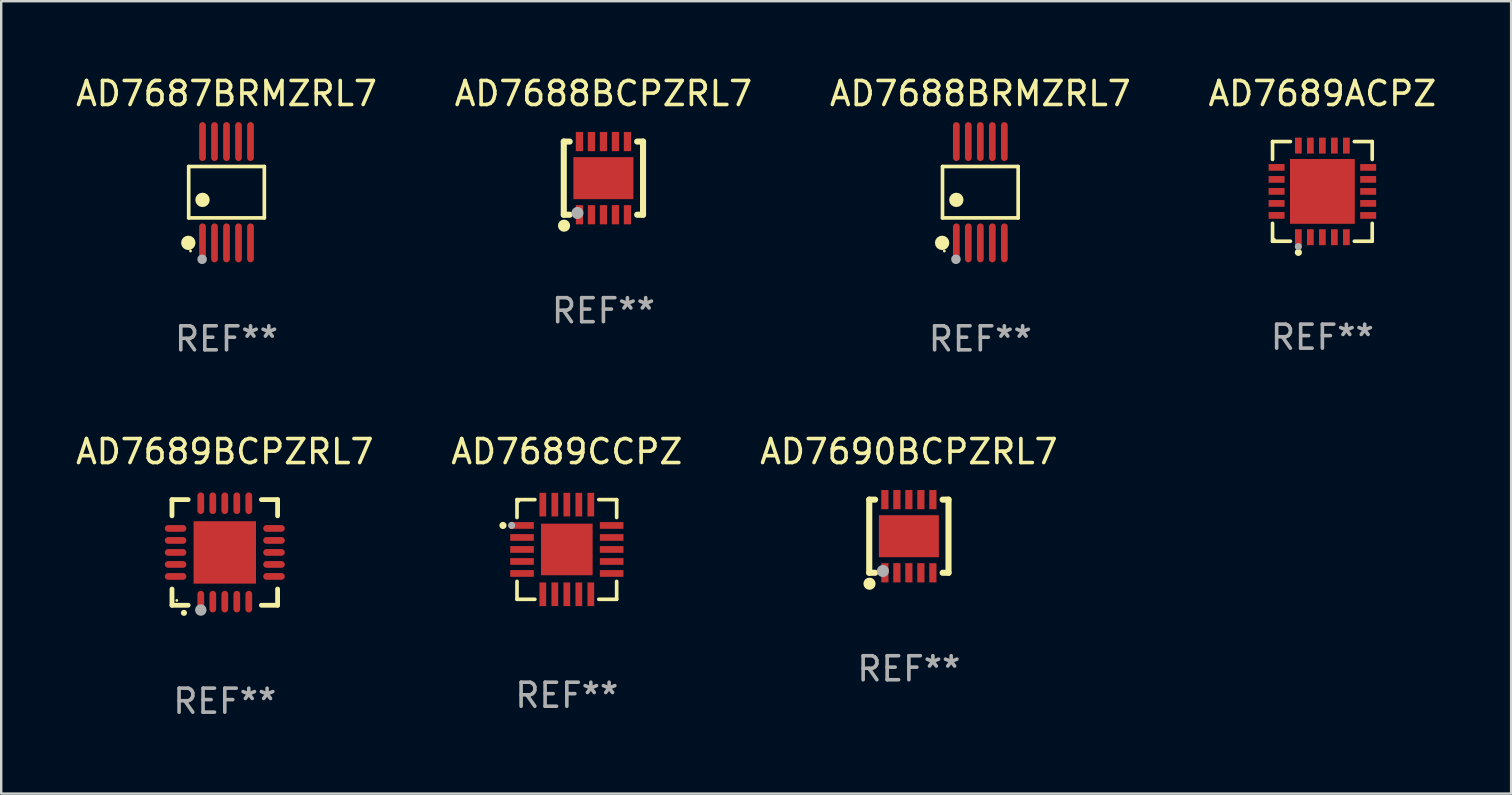
<source format=kicad_pcb>
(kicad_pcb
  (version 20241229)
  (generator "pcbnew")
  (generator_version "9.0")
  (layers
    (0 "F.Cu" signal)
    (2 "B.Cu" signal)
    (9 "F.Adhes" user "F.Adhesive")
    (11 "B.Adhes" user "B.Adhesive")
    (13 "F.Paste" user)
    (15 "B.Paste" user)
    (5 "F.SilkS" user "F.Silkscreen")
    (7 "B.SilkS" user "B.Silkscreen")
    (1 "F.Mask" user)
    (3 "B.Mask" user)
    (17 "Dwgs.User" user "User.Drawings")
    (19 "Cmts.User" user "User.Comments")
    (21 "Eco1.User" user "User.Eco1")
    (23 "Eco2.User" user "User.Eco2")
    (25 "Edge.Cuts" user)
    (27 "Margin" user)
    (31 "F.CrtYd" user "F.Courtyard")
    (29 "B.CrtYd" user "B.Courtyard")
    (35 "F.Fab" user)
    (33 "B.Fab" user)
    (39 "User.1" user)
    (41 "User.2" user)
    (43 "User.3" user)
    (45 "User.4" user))
  (footprint "AD7689BCPZRL7"
    (layer "F.Cu")
    (at 6.315 19.965)
    (property "Reference" "AD7689BCPZRL7" (at 0 -4.2 0) (layer "F.SilkS") (effects (font (size 1 1) (thickness 0.15))))
    (attr through_hole)
    (fp_line (start -2.2 -2.2) (end -1.525 -2.2) (stroke (width 0.2) (type solid)) (layer "F.SilkS"))
    (fp_line (start -2.2 -1.525) (end -2.2 -2.2) (stroke (width 0.2) (type solid)) (layer "F.SilkS"))
    (fp_line (start -2.2 2.2) (end -2.2 1.525) (stroke (width 0.2) (type solid)) (layer "F.SilkS"))
    (fp_line (start -1.525 2.2) (end -2.2 2.2) (stroke (width 0.2) (type solid)) (layer "F.SilkS"))
    (fp_line (start 1.525 2.2) (end 2.2 2.2) (stroke (width 0.2) (type solid)) (layer "F.SilkS"))
    (fp_line (start 2.2 -2.2) (end 1.525 -2.2) (stroke (width 0.2) (type solid)) (layer "F.SilkS"))
    (fp_line (start 2.2 -1.525) (end 2.2 -2.2) (stroke (width 0.2) (type solid)) (layer "F.SilkS"))
    (fp_line (start 2.2 2.2) (end 2.2 1.525) (stroke (width 0.2) (type solid)) (layer "F.SilkS"))
    (fp_arc (start -1.703073 2.516612) (mid -1.701803 2.516606) (end -1.700533 2.516612) (stroke (width 0.25) (type solid)) (layer "F.SilkS"))
    (fp_circle (center -2 2) (end -1.97 2) (stroke (width 0.06) (type solid)) (fill no) (layer "F.SilkS"))
    (fp_circle (center -1 2.4) (end -0.88 2.4) (stroke (width 0.24) (type solid)) (fill no) (layer "F.Fab"))
    (fp_text user "REF**" (at 0 6.2 0) (layer "F.Fab") (effects (font (size 1 1) (thickness 0.15))))
    (pad "1" smd oval (at -1 2.05) (size 0.28 0.9) (layers "F.Cu" "F.Mask" "F.Paste"))
    (pad "2" smd oval (at -0.5 2.05) (size 0.28 0.9) (layers "F.Cu" "F.Mask" "F.Paste"))
    (pad "3" smd oval (at 0.000076 2.05) (size 0.28 0.9) (layers "F.Cu" "F.Mask" "F.Paste"))
    (pad "4" smd oval (at 0.5 2.05) (size 0.28 0.9) (layers "F.Cu" "F.Mask" "F.Paste"))
    (pad "5" smd oval (at 1 2.05) (size 0.28 0.9) (layers "F.Cu" "F.Mask" "F.Paste"))
    (pad "6" smd oval (at 2.05 1) (size 0.9 0.28) (layers "F.Cu" "F.Mask" "F.Paste"))
    (pad "7" smd oval (at 2.05 0.5) (size 0.9 0.28) (layers "F.Cu" "F.Mask" "F.Paste"))
    (pad "8" smd oval (at 2.05 0.000076) (size 0.9 0.28) (layers "F.Cu" "F.Mask" "F.Paste"))
    (pad "9" smd oval (at 2.05 -0.5) (size 0.9 0.28) (layers "F.Cu" "F.Mask" "F.Paste"))
    (pad "10" smd oval (at 2.05 -1) (size 0.9 0.28) (layers "F.Cu" "F.Mask" "F.Paste"))
    (pad "11" smd oval (at 1 -2.05) (size 0.28 0.9) (layers "F.Cu" "F.Mask" "F.Paste"))
    (pad "12" smd oval (at 0.5 -2.05) (size 0.28 0.9) (layers "F.Cu" "F.Mask" "F.Paste"))
    (pad "13" smd oval (at 0.000076 -2.05) (size 0.28 0.9) (layers "F.Cu" "F.Mask" "F.Paste"))
    (pad "14" smd oval (at -0.5 -2.05) (size 0.28 0.9) (layers "F.Cu" "F.Mask" "F.Paste"))
    (pad "15" smd oval (at -1 -2.05) (size 0.28 0.9) (layers "F.Cu" "F.Mask" "F.Paste"))
    (pad "16" smd oval (at -2.05 -1) (size 0.9 0.28) (layers "F.Cu" "F.Mask" "F.Paste"))
    (pad "17" smd oval (at -2.05 -0.5) (size 0.9 0.28) (layers "F.Cu" "F.Mask" "F.Paste"))
    (pad "18" smd oval (at -2.05 0.000076) (size 0.9 0.28) (layers "F.Cu" "F.Mask" "F.Paste"))
    (pad "19" smd oval (at -2.05 0.5) (size 0.9 0.28) (layers "F.Cu" "F.Mask" "F.Paste"))
    (pad "20" smd oval (at -2.05 1) (size 0.9 0.28) (layers "F.Cu" "F.Mask" "F.Paste"))
    (pad "21" smd rect (at 0.000076 0.000076) (size 2.6 2.6) (layers "F.Cu" "F.Mask" "F.Paste")))
  (footprint "AD7687BRMZRL7"
    (layer "F.Cu")
    (at 6.387 4.958)
    (property "Reference" "AD7687BRMZRL7" (at 0 -4.11 0) (layer "F.SilkS") (effects (font (size 1 1) (thickness 0.15))))
    (attr through_hole)
    (fp_line (start -1.576 -1.071) (end 1.576 -1.071) (stroke (width 0.152) (type solid)) (layer "F.SilkS"))
    (fp_line (start -1.576 1.071) (end -1.576 -1.071) (stroke (width 0.152) (type solid)) (layer "F.SilkS"))
    (fp_line (start 1.576 -1.071) (end 1.576 1.071) (stroke (width 0.152) (type solid)) (layer "F.SilkS"))
    (fp_line (start 1.576 1.071) (end -1.576 1.071) (stroke (width 0.152) (type solid)) (layer "F.SilkS"))
    (fp_circle (center -1.592 2.11) (end -1.442 2.11) (stroke (width 0.3) (type solid)) (fill no) (layer "F.SilkS"))
    (fp_circle (center -1.5 2.45) (end -1.47 2.45) (stroke (width 0.06) (type solid)) (fill no) (layer "F.SilkS"))
    (fp_circle (center -1 0.319) (end -0.85 0.319) (stroke (width 0.3) (type solid)) (fill no) (layer "F.SilkS"))
    (fp_circle (center -1.016 2.794) (end -0.916 2.794) (stroke (width 0.2) (type solid)) (fill no) (layer "F.Fab"))
    (fp_text user "REF**" (at 0 6.11 0) (layer "F.Fab") (effects (font (size 1 1) (thickness 0.15))))
    (pad "1" smd oval (at -1 2.11) (size 0.28 1.62) (layers "F.Cu" "F.Mask" "F.Paste"))
    (pad "2" smd oval (at -0.5 2.11) (size 0.28 1.62) (layers "F.Cu" "F.Mask" "F.Paste"))
    (pad "3" smd oval (at 0 2.11) (size 0.28 1.62) (layers "F.Cu" "F.Mask" "F.Paste"))
    (pad "4" smd oval (at 0.5 2.11) (size 0.28 1.62) (layers "F.Cu" "F.Mask" "F.Paste"))
    (pad "5" smd oval (at 1 2.11) (size 0.28 1.62) (layers "F.Cu" "F.Mask" "F.Paste"))
    (pad "6" smd oval (at 1 -2.11) (size 0.28 1.62) (layers "F.Cu" "F.Mask" "F.Paste"))
    (pad "7" smd oval (at 0.5 -2.11) (size 0.28 1.62) (layers "F.Cu" "F.Mask" "F.Paste"))
    (pad "8" smd oval (at 0 -2.11) (size 0.28 1.62) (layers "F.Cu" "F.Mask" "F.Paste"))
    (pad "9" smd oval (at -0.5 -2.11) (size 0.28 1.62) (layers "F.Cu" "F.Mask" "F.Paste"))
    (pad "10" smd oval (at -1 -2.11) (size 0.28 1.62) (layers "F.Cu" "F.Mask" "F.Paste")))
  (footprint "AD7688BCPZRL7"
    (layer "F.Cu")
    (at 22.089 4.372)
    (property "Reference" "AD7688BCPZRL7" (at 0 -3.524 0) (layer "F.SilkS") (effects (font (size 1 1) (thickness 0.15))))
    (attr through_hole)
    (fp_line (start -1.651 -1.524) (end -1.651 1.524) (stroke (width 0.254) (type solid)) (layer "F.SilkS"))
    (fp_line (start -1.651 1.524) (end -1.406 1.524) (stroke (width 0.254) (type solid)) (layer "F.SilkS"))
    (fp_line (start -1.406 -1.524) (end -1.651 -1.524) (stroke (width 0.254) (type solid)) (layer "F.SilkS"))
    (fp_line (start 1.406 1.524) (end 1.651 1.524) (stroke (width 0.254) (type solid)) (layer "F.SilkS"))
    (fp_line (start 1.651 -1.524) (end 1.406 -1.524) (stroke (width 0.254) (type solid)) (layer "F.SilkS"))
    (fp_line (start 1.651 1.524) (end 1.651 -1.524) (stroke (width 0.254) (type solid)) (layer "F.SilkS"))
    (fp_circle (center -1.64 1.98) (end -1.513 1.98) (stroke (width 0.254) (type solid)) (fill no) (layer "F.SilkS"))
    (fp_circle (center -1.5 1.5) (end -1.47 1.5) (stroke (width 0.06) (type solid)) (fill no) (layer "F.SilkS"))
    (fp_circle (center -1.08 1.45) (end -0.953 1.45) (stroke (width 0.254) (type solid)) (fill no) (layer "F.Fab"))
    (fp_text user "REF**" (at 0 5.524 0) (layer "F.Fab") (effects (font (size 1 1) (thickness 0.15))))
    (pad "1" smd rect (at -1 1.524) (size 0.3 0.8) (layers "F.Cu" "F.Mask" "F.Paste"))
    (pad "2" smd rect (at -0.5 1.524) (size 0.3 0.8) (layers "F.Cu" "F.Mask" "F.Paste"))
    (pad "3" smd rect (at 0 1.524) (size 0.3 0.8) (layers "F.Cu" "F.Mask" "F.Paste"))
    (pad "4" smd rect (at 0.5 1.524) (size 0.3 0.8) (layers "F.Cu" "F.Mask" "F.Paste"))
    (pad "5" smd rect (at 1 1.524) (size 0.3 0.8) (layers "F.Cu" "F.Mask" "F.Paste"))
    (pad "6" smd rect (at 1 -1.524) (size 0.3 0.8) (layers "F.Cu" "F.Mask" "F.Paste"))
    (pad "7" smd rect (at 0.5 -1.524) (size 0.3 0.8) (layers "F.Cu" "F.Mask" "F.Paste"))
    (pad "8" smd rect (at 0 -1.524) (size 0.3 0.8) (layers "F.Cu" "F.Mask" "F.Paste"))
    (pad "9" smd rect (at -0.5 -1.524) (size 0.3 0.8) (layers "F.Cu" "F.Mask" "F.Paste"))
    (pad "10" smd rect (at -1 -1.524) (size 0.3 0.8) (layers "F.Cu" "F.Mask" "F.Paste"))
    (pad "11" smd rect (at 0 0) (size 2.5 1.75) (layers "F.Cu" "F.Mask" "F.Paste")))
  (footprint "AD7689ACPZ"
    (layer "F.Cu")
    (at 52.042 4.924)
    (property "Reference" "AD7689ACPZ" (at 0 -4.076 0) (layer "F.SilkS") (effects (font (size 1 1) (thickness 0.15))))
    (attr through_hole)
    (fp_line (start -2.076 -2.076) (end -1.331 -2.076) (stroke (width 0.152) (type solid)) (layer "F.SilkS"))
    (fp_line (start -2.076 -1.331) (end -2.076 -2.076) (stroke (width 0.152) (type solid)) (layer "F.SilkS"))
    (fp_line (start -2.076 1.331) (end -2.076 2.076) (stroke (width 0.152) (type solid)) (layer "F.SilkS"))
    (fp_line (start -2.076 2.076) (end -1.331 2.076) (stroke (width 0.152) (type solid)) (layer "F.SilkS"))
    (fp_line (start 2.076 -2.076) (end 1.331 -2.076) (stroke (width 0.152) (type solid)) (layer "F.SilkS"))
    (fp_line (start 2.076 -1.331) (end 2.076 -2.076) (stroke (width 0.152) (type solid)) (layer "F.SilkS"))
    (fp_line (start 2.076 1.331) (end 2.076 2.076) (stroke (width 0.152) (type solid)) (layer "F.SilkS"))
    (fp_line (start 2.076 2.076) (end 1.331 2.076) (stroke (width 0.152) (type solid)) (layer "F.SilkS"))
    (fp_circle (center -2 2) (end -1.97 2) (stroke (width 0.06) (type solid)) (fill no) (layer "F.SilkS"))
    (fp_circle (center -1 2.54) (end -0.925 2.54) (stroke (width 0.15) (type solid)) (fill no) (layer "F.SilkS"))
    (fp_circle (center -1 2.3) (end -0.925 2.3) (stroke (width 0.15) (type solid)) (fill no) (layer "F.Fab"))
    (fp_text user "REF**" (at 0 6.076 0) (layer "F.Fab") (effects (font (size 1 1) (thickness 0.15))))
    (pad "1" smd rect (at -1 1.908) (size 0.28 0.665) (layers "F.Cu" "F.Mask" "F.Paste"))
    (pad "2" smd rect (at -0.5 1.908) (size 0.28 0.665) (layers "F.Cu" "F.Mask" "F.Paste"))
    (pad "3" smd rect (at 0 1.908) (size 0.28 0.665) (layers "F.Cu" "F.Mask" "F.Paste"))
    (pad "4" smd rect (at 0.5 1.908) (size 0.28 0.665) (layers "F.Cu" "F.Mask" "F.Paste"))
    (pad "5" smd rect (at 1 1.908) (size 0.28 0.665) (layers "F.Cu" "F.Mask" "F.Paste"))
    (pad "6" smd rect (at 1.908 1) (size 0.665 0.28) (layers "F.Cu" "F.Mask" "F.Paste"))
    (pad "7" smd rect (at 1.908 0.5) (size 0.665 0.28) (layers "F.Cu" "F.Mask" "F.Paste"))
    (pad "8" smd rect (at 1.908 0) (size 0.665 0.28) (layers "F.Cu" "F.Mask" "F.Paste"))
    (pad "9" smd rect (at 1.908 -0.5) (size 0.665 0.28) (layers "F.Cu" "F.Mask" "F.Paste"))
    (pad "10" smd rect (at 1.908 -1) (size 0.665 0.28) (layers "F.Cu" "F.Mask" "F.Paste"))
    (pad "11" smd rect (at 1 -1.908) (size 0.28 0.665) (layers "F.Cu" "F.Mask" "F.Paste"))
    (pad "12" smd rect (at 0.5 -1.908) (size 0.28 0.665) (layers "F.Cu" "F.Mask" "F.Paste"))
    (pad "13" smd rect (at 0 -1.908) (size 0.28 0.665) (layers "F.Cu" "F.Mask" "F.Paste"))
    (pad "14" smd rect (at -0.5 -1.908) (size 0.28 0.665) (layers "F.Cu" "F.Mask" "F.Paste"))
    (pad "15" smd rect (at -1 -1.908) (size 0.28 0.665) (layers "F.Cu" "F.Mask" "F.Paste"))
    (pad "16" smd rect (at -1.908 -1) (size 0.665 0.28) (layers "F.Cu" "F.Mask" "F.Paste"))
    (pad "17" smd rect (at -1.908 -0.5) (size 0.665 0.28) (layers "F.Cu" "F.Mask" "F.Paste"))
    (pad "18" smd rect (at -1.908 0) (size 0.665 0.28) (layers "F.Cu" "F.Mask" "F.Paste"))
    (pad "19" smd rect (at -1.908 0.5) (size 0.665 0.28) (layers "F.Cu" "F.Mask" "F.Paste"))
    (pad "20" smd rect (at -1.908 1) (size 0.665 0.28) (layers "F.Cu" "F.Mask" "F.Paste"))
    (pad "21" smd rect (at 0 0) (size 2.7 2.7) (layers "F.Cu" "F.Mask" "F.Paste")))
  (footprint "AD7689CCPZ"
    (layer "F.Cu")
    (at 20.565 19.841)
    (property "Reference" "AD7689CCPZ" (at 0 -4.076 0) (layer "F.SilkS") (effects (font (size 1 1) (thickness 0.15))))
    (attr through_hole)
    (fp_line (start -2.076 -2.076) (end -2.076 -1.331) (stroke (width 0.152) (type solid)) (layer "F.SilkS"))
    (fp_line (start -2.076 2.076) (end -2.076 1.331) (stroke (width 0.152) (type solid)) (layer "F.SilkS"))
    (fp_line (start -1.331 -2.076) (end -2.076 -2.076) (stroke (width 0.152) (type solid)) (layer "F.SilkS"))
    (fp_line (start -1.331 2.076) (end -2.076 2.076) (stroke (width 0.152) (type solid)) (layer "F.SilkS"))
    (fp_line (start 1.331 -2.076) (end 2.076 -2.076) (stroke (width 0.152) (type solid)) (layer "F.SilkS"))
    (fp_line (start 1.331 2.076) (end 2.076 2.076) (stroke (width 0.152) (type solid)) (layer "F.SilkS"))
    (fp_line (start 2.076 -2.076) (end 2.076 -1.331) (stroke (width 0.152) (type solid)) (layer "F.SilkS"))
    (fp_line (start 2.076 2.076) (end 2.076 1.331) (stroke (width 0.152) (type solid)) (layer "F.SilkS"))
    (fp_circle (center -2.66 -1) (end -2.585 -1) (stroke (width 0.15) (type solid)) (fill no) (layer "F.SilkS"))
    (fp_circle (center -2 -2) (end -1.97 -2) (stroke (width 0.06) (type solid)) (fill no) (layer "F.SilkS"))
    (fp_circle (center -2.3 -1) (end -2.225 -1) (stroke (width 0.15) (type solid)) (fill no) (layer "F.Fab"))
    (fp_text user "REF**" (at 0 6.076 0) (layer "F.Fab") (effects (font (size 1 1) (thickness 0.15))))
    (pad "1" smd rect (at -1.867 -1) (size 0.985 0.28) (layers "F.Cu" "F.Mask" "F.Paste"))
    (pad "2" smd rect (at -1.867 -0.5) (size 0.985 0.28) (layers "F.Cu" "F.Mask" "F.Paste"))
    (pad "3" smd rect (at -1.867 0) (size 0.985 0.28) (layers "F.Cu" "F.Mask" "F.Paste"))
    (pad "4" smd rect (at -1.867 0.5) (size 0.985 0.28) (layers "F.Cu" "F.Mask" "F.Paste"))
    (pad "5" smd rect (at -1.867 1) (size 0.985 0.28) (layers "F.Cu" "F.Mask" "F.Paste"))
    (pad "6" smd rect (at -1 1.867) (size 0.28 0.985) (layers "F.Cu" "F.Mask" "F.Paste"))
    (pad "7" smd rect (at -0.5 1.867) (size 0.28 0.985) (layers "F.Cu" "F.Mask" "F.Paste"))
    (pad "8" smd rect (at 0 1.867) (size 0.28 0.985) (layers "F.Cu" "F.Mask" "F.Paste"))
    (pad "9" smd rect (at 0.5 1.867) (size 0.28 0.985) (layers "F.Cu" "F.Mask" "F.Paste"))
    (pad "10" smd rect (at 1 1.867) (size 0.28 0.985) (layers "F.Cu" "F.Mask" "F.Paste"))
    (pad "11" smd rect (at 1.867 1) (size 0.985 0.28) (layers "F.Cu" "F.Mask" "F.Paste"))
    (pad "12" smd rect (at 1.867 0.5) (size 0.985 0.28) (layers "F.Cu" "F.Mask" "F.Paste"))
    (pad "13" smd rect (at 1.867 0) (size 0.985 0.28) (layers "F.Cu" "F.Mask" "F.Paste"))
    (pad "14" smd rect (at 1.867 -0.5) (size 0.985 0.28) (layers "F.Cu" "F.Mask" "F.Paste"))
    (pad "15" smd rect (at 1.867 -1) (size 0.985 0.28) (layers "F.Cu" "F.Mask" "F.Paste"))
    (pad "16" smd rect (at 1 -1.867) (size 0.28 0.985) (layers "F.Cu" "F.Mask" "F.Paste"))
    (pad "17" smd rect (at 0.5 -1.867) (size 0.28 0.985) (layers "F.Cu" "F.Mask" "F.Paste"))
    (pad "18" smd rect (at 0 -1.867) (size 0.28 0.985) (layers "F.Cu" "F.Mask" "F.Paste"))
    (pad "19" smd rect (at -0.5 -1.867) (size 0.28 0.985) (layers "F.Cu" "F.Mask" "F.Paste"))
    (pad "20" smd rect (at -1 -1.867) (size 0.28 0.985) (layers "F.Cu" "F.Mask" "F.Paste"))
    (pad "21" smd rect (at 0 0) (size 2.15 2.15) (layers "F.Cu" "F.Mask" "F.Paste")))
  (footprint "AD7688BRMZRL7"
    (layer "F.Cu")
    (at 37.792 4.958)
    (property "Reference" "AD7688BRMZRL7" (at 0 -4.11 0) (layer "F.SilkS") (effects (font (size 1 1) (thickness 0.15))))
    (attr through_hole)
    (fp_line (start -1.576 -1.071) (end 1.576 -1.071) (stroke (width 0.152) (type solid)) (layer "F.SilkS"))
    (fp_line (start -1.576 1.071) (end -1.576 -1.071) (stroke (width 0.152) (type solid)) (layer "F.SilkS"))
    (fp_line (start 1.576 -1.071) (end 1.576 1.071) (stroke (width 0.152) (type solid)) (layer "F.SilkS"))
    (fp_line (start 1.576 1.071) (end -1.576 1.071) (stroke (width 0.152) (type solid)) (layer "F.SilkS"))
    (fp_circle (center -1.592 2.11) (end -1.442 2.11) (stroke (width 0.3) (type solid)) (fill no) (layer "F.SilkS"))
    (fp_circle (center -1.5 2.45) (end -1.47 2.45) (stroke (width 0.06) (type solid)) (fill no) (layer "F.SilkS"))
    (fp_circle (center -1 0.319) (end -0.85 0.319) (stroke (width 0.3) (type solid)) (fill no) (layer "F.SilkS"))
    (fp_circle (center -1.016 2.794) (end -0.916 2.794) (stroke (width 0.2) (type solid)) (fill no) (layer "F.Fab"))
    (fp_text user "REF**" (at 0 6.11 0) (layer "F.Fab") (effects (font (size 1 1) (thickness 0.15))))
    (pad "1" smd oval (at -1 2.11) (size 0.28 1.62) (layers "F.Cu" "F.Mask" "F.Paste"))
    (pad "2" smd oval (at -0.5 2.11) (size 0.28 1.62) (layers "F.Cu" "F.Mask" "F.Paste"))
    (pad "3" smd oval (at 0 2.11) (size 0.28 1.62) (layers "F.Cu" "F.Mask" "F.Paste"))
    (pad "4" smd oval (at 0.5 2.11) (size 0.28 1.62) (layers "F.Cu" "F.Mask" "F.Paste"))
    (pad "5" smd oval (at 1 2.11) (size 0.28 1.62) (layers "F.Cu" "F.Mask" "F.Paste"))
    (pad "6" smd oval (at 1 -2.11) (size 0.28 1.62) (layers "F.Cu" "F.Mask" "F.Paste"))
    (pad "7" smd oval (at 0.5 -2.11) (size 0.28 1.62) (layers "F.Cu" "F.Mask" "F.Paste"))
    (pad "8" smd oval (at 0 -2.11) (size 0.28 1.62) (layers "F.Cu" "F.Mask" "F.Paste"))
    (pad "9" smd oval (at -0.5 -2.11) (size 0.28 1.62) (layers "F.Cu" "F.Mask" "F.Paste"))
    (pad "10" smd oval (at -1 -2.11) (size 0.28 1.62) (layers "F.Cu" "F.Mask" "F.Paste")))
  (footprint "AD7690BCPZRL7"
    (layer "F.Cu")
    (at 34.815 19.289)
    (property "Reference" "AD7690BCPZRL7" (at 0 -3.524 0) (layer "F.SilkS") (effects (font (size 1 1) (thickness 0.15))))
    (attr through_hole)
    (fp_line (start -1.651 -1.524) (end -1.651 1.524) (stroke (width 0.254) (type solid)) (layer "F.SilkS"))
    (fp_line (start -1.651 1.524) (end -1.406 1.524) (stroke (width 0.254) (type solid)) (layer "F.SilkS"))
    (fp_line (start -1.406 -1.524) (end -1.651 -1.524) (stroke (width 0.254) (type solid)) (layer "F.SilkS"))
    (fp_line (start 1.406 1.524) (end 1.651 1.524) (stroke (width 0.254) (type solid)) (layer "F.SilkS"))
    (fp_line (start 1.651 -1.524) (end 1.406 -1.524) (stroke (width 0.254) (type solid)) (layer "F.SilkS"))
    (fp_line (start 1.651 1.524) (end 1.651 -1.524) (stroke (width 0.254) (type solid)) (layer "F.SilkS"))
    (fp_circle (center -1.64 1.98) (end -1.513 1.98) (stroke (width 0.254) (type solid)) (fill no) (layer "F.SilkS"))
    (fp_circle (center -1.5 1.5) (end -1.47 1.5) (stroke (width 0.06) (type solid)) (fill no) (layer "F.SilkS"))
    (fp_circle (center -1.08 1.45) (end -0.953 1.45) (stroke (width 0.254) (type solid)) (fill no) (layer "F.Fab"))
    (fp_text user "REF**" (at 0 5.524 0) (layer "F.Fab") (effects (font (size 1 1) (thickness 0.15))))
    (pad "1" smd rect (at -1 1.524) (size 0.3 0.8) (layers "F.Cu" "F.Mask" "F.Paste"))
    (pad "2" smd rect (at -0.5 1.524) (size 0.3 0.8) (layers "F.Cu" "F.Mask" "F.Paste"))
    (pad "3" smd rect (at 0 1.524) (size 0.3 0.8) (layers "F.Cu" "F.Mask" "F.Paste"))
    (pad "4" smd rect (at 0.5 1.524) (size 0.3 0.8) (layers "F.Cu" "F.Mask" "F.Paste"))
    (pad "5" smd rect (at 1 1.524) (size 0.3 0.8) (layers "F.Cu" "F.Mask" "F.Paste"))
    (pad "6" smd rect (at 1 -1.524) (size 0.3 0.8) (layers "F.Cu" "F.Mask" "F.Paste"))
    (pad "7" smd rect (at 0.5 -1.524) (size 0.3 0.8) (layers "F.Cu" "F.Mask" "F.Paste"))
    (pad "8" smd rect (at 0 -1.524) (size 0.3 0.8) (layers "F.Cu" "F.Mask" "F.Paste"))
    (pad "9" smd rect (at -0.5 -1.524) (size 0.3 0.8) (layers "F.Cu" "F.Mask" "F.Paste"))
    (pad "10" smd rect (at -1 -1.524) (size 0.3 0.8) (layers "F.Cu" "F.Mask" "F.Paste"))
    (pad "11" smd rect (at 0 0) (size 2.5 1.75) (layers "F.Cu" "F.Mask" "F.Paste")))
  (gr_rect
    (start -3 -3)
    (end 59.905 30.013)
    (stroke (width 0.1) (type default))
    (fill no)
    (layer "Edge.Cuts")))
</source>
